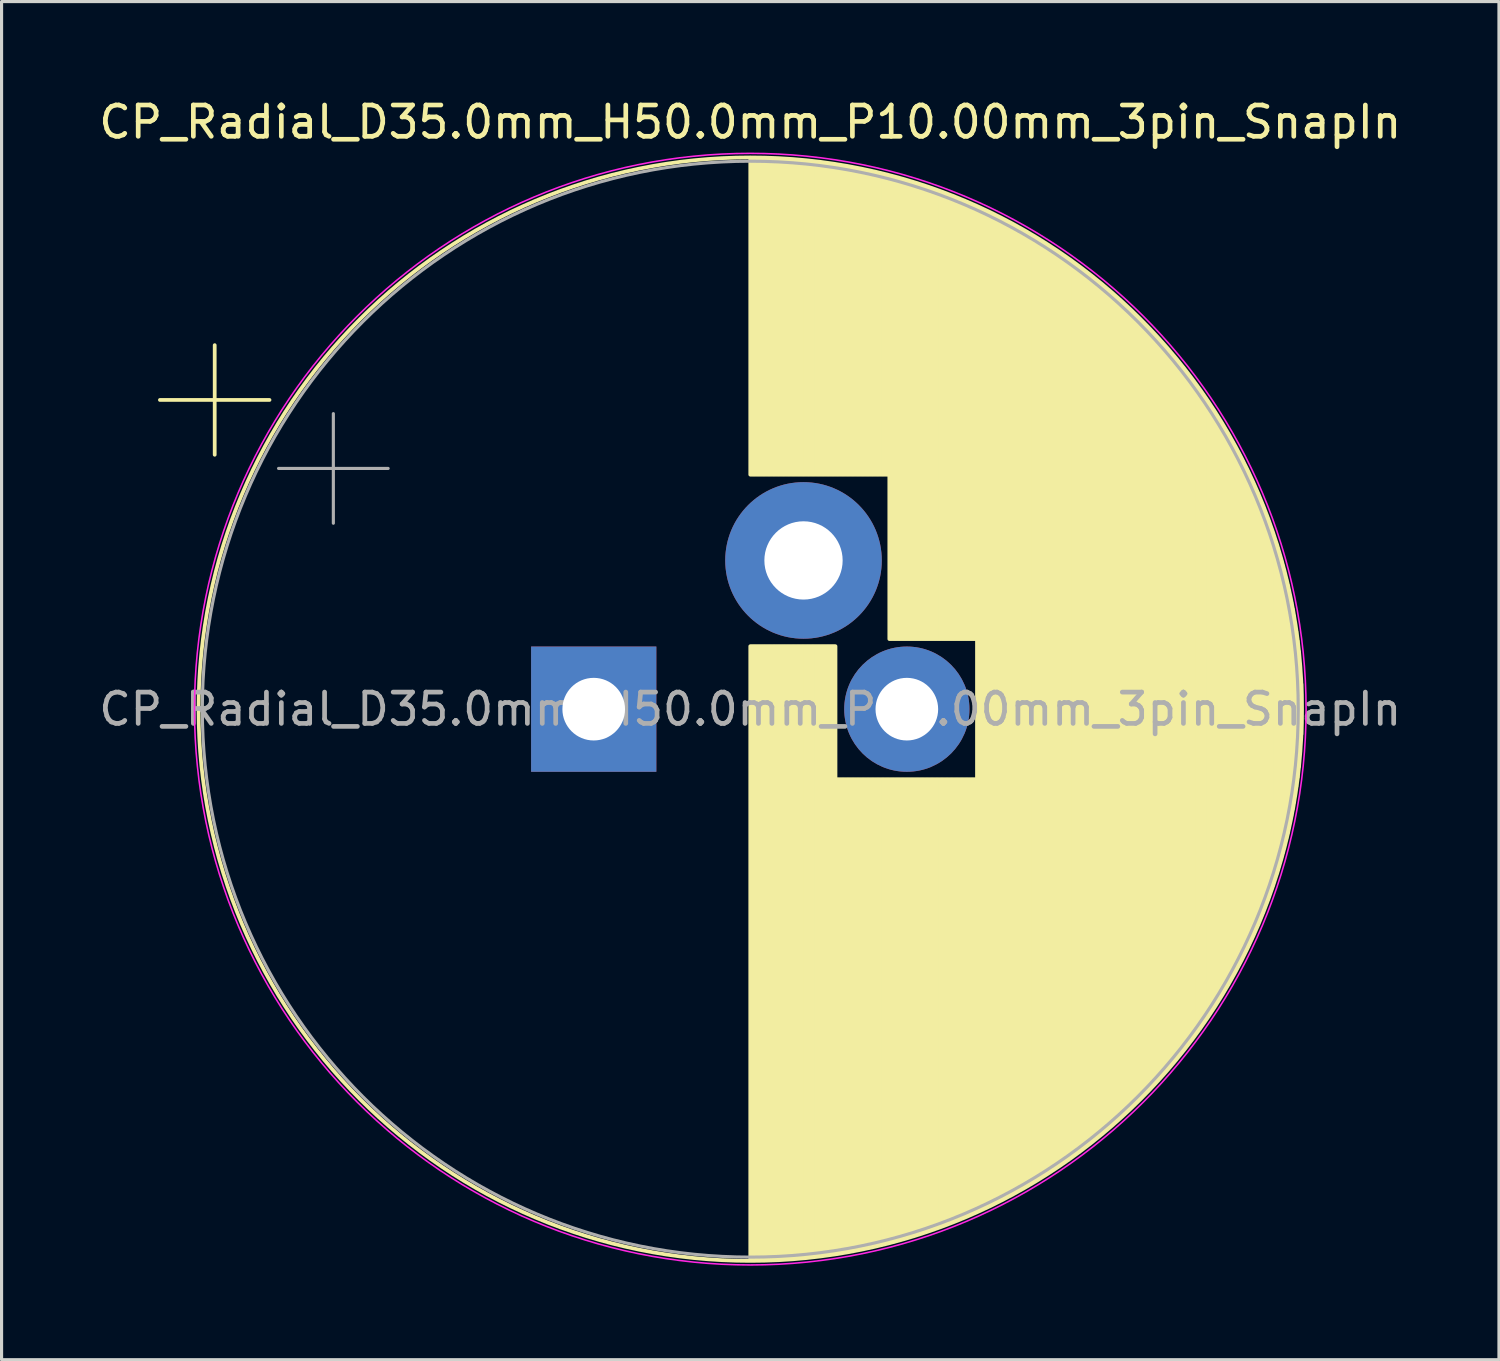
<source format=kicad_pcb>
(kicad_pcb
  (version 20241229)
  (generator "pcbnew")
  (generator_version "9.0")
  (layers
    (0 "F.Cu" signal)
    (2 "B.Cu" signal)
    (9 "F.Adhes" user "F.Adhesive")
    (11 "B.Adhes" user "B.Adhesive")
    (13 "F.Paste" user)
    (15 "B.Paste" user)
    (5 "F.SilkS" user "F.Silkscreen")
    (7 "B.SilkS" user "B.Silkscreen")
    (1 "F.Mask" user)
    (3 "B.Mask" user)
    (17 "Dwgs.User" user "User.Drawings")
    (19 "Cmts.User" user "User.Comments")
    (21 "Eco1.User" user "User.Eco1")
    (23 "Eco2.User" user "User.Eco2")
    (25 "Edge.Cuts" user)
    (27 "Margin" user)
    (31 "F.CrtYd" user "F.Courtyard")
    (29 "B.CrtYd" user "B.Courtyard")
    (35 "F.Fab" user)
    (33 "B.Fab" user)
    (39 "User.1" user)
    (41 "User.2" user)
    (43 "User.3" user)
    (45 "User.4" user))
  (footprint "CP_Radial_D35.0mm_H50.0mm_P10.00mm_3pin_SnapIn"
    (layer "F.Cu")
    (at 15.911 19.598)
    (property "Reference" "CP_Radial_D35.0mm_H50.0mm_P10.00mm_3pin_SnapIn" (at 5 -18.75 0) (layer "F.SilkS") (effects (font (size 1 1) (thickness 0.15))))
    (attr through_hole)
    (fp_line (start -13.854 -9.875) (end -10.354 -9.875) (stroke (width 0.12) (type solid)) (layer "F.SilkS"))
    (fp_line (start -12.104 -11.625) (end -12.104 -8.125) (stroke (width 0.12) (type solid)) (layer "F.SilkS"))
    (fp_line (start 5 -17.58) (end 5 -7.49) (stroke (width 0.12) (type solid)) (layer "F.SilkS"))
    (fp_line (start 5 -2.01) (end 5 17.58) (stroke (width 0.12) (type solid)) (layer "F.SilkS"))
    (fp_line (start 5.04 -17.58) (end 5.04 -7.49) (stroke (width 0.12) (type solid)) (layer "F.SilkS"))
    (fp_line (start 5.04 -2.01) (end 5.04 17.58) (stroke (width 0.12) (type solid)) (layer "F.SilkS"))
    (fp_line (start 5.08 -17.58) (end 5.08 -7.49) (stroke (width 0.12) (type solid)) (layer "F.SilkS"))
    (fp_line (start 5.08 -2.01) (end 5.08 17.58) (stroke (width 0.12) (type solid)) (layer "F.SilkS"))
    (fp_line (start 5.12 -17.58) (end 5.12 -7.49) (stroke (width 0.12) (type solid)) (layer "F.SilkS"))
    (fp_line (start 5.12 -2.01) (end 5.12 17.58) (stroke (width 0.12) (type solid)) (layer "F.SilkS"))
    (fp_line (start 5.16 -17.58) (end 5.16 -7.49) (stroke (width 0.12) (type solid)) (layer "F.SilkS"))
    (fp_line (start 5.16 -2.01) (end 5.16 17.58) (stroke (width 0.12) (type solid)) (layer "F.SilkS"))
    (fp_line (start 5.2 -17.579) (end 5.2 -7.49) (stroke (width 0.12) (type solid)) (layer "F.SilkS"))
    (fp_line (start 5.2 -2.01) (end 5.2 17.579) (stroke (width 0.12) (type solid)) (layer "F.SilkS"))
    (fp_line (start 5.24 -17.579) (end 5.24 -7.49) (stroke (width 0.12) (type solid)) (layer "F.SilkS"))
    (fp_line (start 5.24 -2.01) (end 5.24 17.579) (stroke (width 0.12) (type solid)) (layer "F.SilkS"))
    (fp_line (start 5.28 -17.578) (end 5.28 -7.49) (stroke (width 0.12) (type solid)) (layer "F.SilkS"))
    (fp_line (start 5.28 -2.01) (end 5.28 17.578) (stroke (width 0.12) (type solid)) (layer "F.SilkS"))
    (fp_line (start 5.32 -17.578) (end 5.32 -7.49) (stroke (width 0.12) (type solid)) (layer "F.SilkS"))
    (fp_line (start 5.32 -2.01) (end 5.32 17.578) (stroke (width 0.12) (type solid)) (layer "F.SilkS"))
    (fp_line (start 5.36 -17.577) (end 5.36 -7.49) (stroke (width 0.12) (type solid)) (layer "F.SilkS"))
    (fp_line (start 5.36 -2.01) (end 5.36 17.577) (stroke (width 0.12) (type solid)) (layer "F.SilkS"))
    (fp_line (start 5.4 -17.576) (end 5.4 -7.49) (stroke (width 0.12) (type solid)) (layer "F.SilkS"))
    (fp_line (start 5.4 -2.01) (end 5.4 17.576) (stroke (width 0.12) (type solid)) (layer "F.SilkS"))
    (fp_line (start 5.44 -17.575) (end 5.44 -7.49) (stroke (width 0.12) (type solid)) (layer "F.SilkS"))
    (fp_line (start 5.44 -2.01) (end 5.44 17.575) (stroke (width 0.12) (type solid)) (layer "F.SilkS"))
    (fp_line (start 5.48 -17.574) (end 5.48 -7.49) (stroke (width 0.12) (type solid)) (layer "F.SilkS"))
    (fp_line (start 5.48 -2.01) (end 5.48 17.574) (stroke (width 0.12) (type solid)) (layer "F.SilkS"))
    (fp_line (start 5.52 -17.573) (end 5.52 -7.49) (stroke (width 0.12) (type solid)) (layer "F.SilkS"))
    (fp_line (start 5.52 -2.01) (end 5.52 17.573) (stroke (width 0.12) (type solid)) (layer "F.SilkS"))
    (fp_line (start 5.56 -17.572) (end 5.56 -7.49) (stroke (width 0.12) (type solid)) (layer "F.SilkS"))
    (fp_line (start 5.56 -2.01) (end 5.56 17.572) (stroke (width 0.12) (type solid)) (layer "F.SilkS"))
    (fp_line (start 5.6 -17.57) (end 5.6 -7.49) (stroke (width 0.12) (type solid)) (layer "F.SilkS"))
    (fp_line (start 5.6 -2.01) (end 5.6 17.57) (stroke (width 0.12) (type solid)) (layer "F.SilkS"))
    (fp_line (start 5.64 -17.569) (end 5.64 -7.49) (stroke (width 0.12) (type solid)) (layer "F.SilkS"))
    (fp_line (start 5.64 -2.01) (end 5.64 17.569) (stroke (width 0.12) (type solid)) (layer "F.SilkS"))
    (fp_line (start 5.68 -17.567) (end 5.68 -7.49) (stroke (width 0.12) (type solid)) (layer "F.SilkS"))
    (fp_line (start 5.68 -2.01) (end 5.68 17.567) (stroke (width 0.12) (type solid)) (layer "F.SilkS"))
    (fp_line (start 5.721 -17.566) (end 5.721 -7.49) (stroke (width 0.12) (type solid)) (layer "F.SilkS"))
    (fp_line (start 5.721 -2.01) (end 5.721 17.566) (stroke (width 0.12) (type solid)) (layer "F.SilkS"))
    (fp_line (start 5.761 -17.564) (end 5.761 -7.49) (stroke (width 0.12) (type solid)) (layer "F.SilkS"))
    (fp_line (start 5.761 -2.01) (end 5.761 17.564) (stroke (width 0.12) (type solid)) (layer "F.SilkS"))
    (fp_line (start 5.801 -17.562) (end 5.801 -7.49) (stroke (width 0.12) (type solid)) (layer "F.SilkS"))
    (fp_line (start 5.801 -2.01) (end 5.801 17.562) (stroke (width 0.12) (type solid)) (layer "F.SilkS"))
    (fp_line (start 5.841 -17.56) (end 5.841 -7.49) (stroke (width 0.12) (type solid)) (layer "F.SilkS"))
    (fp_line (start 5.841 -2.01) (end 5.841 17.56) (stroke (width 0.12) (type solid)) (layer "F.SilkS"))
    (fp_line (start 5.881 -17.559) (end 5.881 -7.49) (stroke (width 0.12) (type solid)) (layer "F.SilkS"))
    (fp_line (start 5.881 -2.01) (end 5.881 17.559) (stroke (width 0.12) (type solid)) (layer "F.SilkS"))
    (fp_line (start 5.921 -17.556) (end 5.921 -7.49) (stroke (width 0.12) (type solid)) (layer "F.SilkS"))
    (fp_line (start 5.921 -2.01) (end 5.921 17.556) (stroke (width 0.12) (type solid)) (layer "F.SilkS"))
    (fp_line (start 5.961 -17.554) (end 5.961 -7.49) (stroke (width 0.12) (type solid)) (layer "F.SilkS"))
    (fp_line (start 5.961 -2.01) (end 5.961 17.554) (stroke (width 0.12) (type solid)) (layer "F.SilkS"))
    (fp_line (start 6.001 -17.552) (end 6.001 -7.49) (stroke (width 0.12) (type solid)) (layer "F.SilkS"))
    (fp_line (start 6.001 -2.01) (end 6.001 17.552) (stroke (width 0.12) (type solid)) (layer "F.SilkS"))
    (fp_line (start 6.041 -17.55) (end 6.041 -7.49) (stroke (width 0.12) (type solid)) (layer "F.SilkS"))
    (fp_line (start 6.041 -2.01) (end 6.041 17.55) (stroke (width 0.12) (type solid)) (layer "F.SilkS"))
    (fp_line (start 6.081 -17.547) (end 6.081 -7.49) (stroke (width 0.12) (type solid)) (layer "F.SilkS"))
    (fp_line (start 6.081 -2.01) (end 6.081 17.547) (stroke (width 0.12) (type solid)) (layer "F.SilkS"))
    (fp_line (start 6.121 -17.545) (end 6.121 -7.49) (stroke (width 0.12) (type solid)) (layer "F.SilkS"))
    (fp_line (start 6.121 -2.01) (end 6.121 17.545) (stroke (width 0.12) (type solid)) (layer "F.SilkS"))
    (fp_line (start 6.161 -17.542) (end 6.161 -7.49) (stroke (width 0.12) (type solid)) (layer "F.SilkS"))
    (fp_line (start 6.161 -2.01) (end 6.161 17.542) (stroke (width 0.12) (type solid)) (layer "F.SilkS"))
    (fp_line (start 6.201 -17.54) (end 6.201 -7.49) (stroke (width 0.12) (type solid)) (layer "F.SilkS"))
    (fp_line (start 6.201 -2.01) (end 6.201 17.54) (stroke (width 0.12) (type solid)) (layer "F.SilkS"))
    (fp_line (start 6.241 -17.537) (end 6.241 -7.49) (stroke (width 0.12) (type solid)) (layer "F.SilkS"))
    (fp_line (start 6.241 -2.01) (end 6.241 17.537) (stroke (width 0.12) (type solid)) (layer "F.SilkS"))
    (fp_line (start 6.281 -17.534) (end 6.281 -7.49) (stroke (width 0.12) (type solid)) (layer "F.SilkS"))
    (fp_line (start 6.281 -2.01) (end 6.281 17.534) (stroke (width 0.12) (type solid)) (layer "F.SilkS"))
    (fp_line (start 6.321 -17.531) (end 6.321 -7.49) (stroke (width 0.12) (type solid)) (layer "F.SilkS"))
    (fp_line (start 6.321 -2.01) (end 6.321 17.531) (stroke (width 0.12) (type solid)) (layer "F.SilkS"))
    (fp_line (start 6.361 -17.528) (end 6.361 -7.49) (stroke (width 0.12) (type solid)) (layer "F.SilkS"))
    (fp_line (start 6.361 -2.01) (end 6.361 17.528) (stroke (width 0.12) (type solid)) (layer "F.SilkS"))
    (fp_line (start 6.401 -17.525) (end 6.401 -7.49) (stroke (width 0.12) (type solid)) (layer "F.SilkS"))
    (fp_line (start 6.401 -2.01) (end 6.401 17.525) (stroke (width 0.12) (type solid)) (layer "F.SilkS"))
    (fp_line (start 6.441 -17.522) (end 6.441 -7.49) (stroke (width 0.12) (type solid)) (layer "F.SilkS"))
    (fp_line (start 6.441 -2.01) (end 6.441 17.522) (stroke (width 0.12) (type solid)) (layer "F.SilkS"))
    (fp_line (start 6.481 -17.518) (end 6.481 -7.49) (stroke (width 0.12) (type solid)) (layer "F.SilkS"))
    (fp_line (start 6.481 -2.01) (end 6.481 17.518) (stroke (width 0.12) (type solid)) (layer "F.SilkS"))
    (fp_line (start 6.521 -17.515) (end 6.521 -7.49) (stroke (width 0.12) (type solid)) (layer "F.SilkS"))
    (fp_line (start 6.521 -2.01) (end 6.521 17.515) (stroke (width 0.12) (type solid)) (layer "F.SilkS"))
    (fp_line (start 6.561 -17.511) (end 6.561 -7.49) (stroke (width 0.12) (type solid)) (layer "F.SilkS"))
    (fp_line (start 6.561 -2.01) (end 6.561 17.511) (stroke (width 0.12) (type solid)) (layer "F.SilkS"))
    (fp_line (start 6.601 -17.508) (end 6.601 -7.49) (stroke (width 0.12) (type solid)) (layer "F.SilkS"))
    (fp_line (start 6.601 -2.01) (end 6.601 17.508) (stroke (width 0.12) (type solid)) (layer "F.SilkS"))
    (fp_line (start 6.641 -17.504) (end 6.641 -7.49) (stroke (width 0.12) (type solid)) (layer "F.SilkS"))
    (fp_line (start 6.641 -2.01) (end 6.641 17.504) (stroke (width 0.12) (type solid)) (layer "F.SilkS"))
    (fp_line (start 6.681 -17.5) (end 6.681 -7.49) (stroke (width 0.12) (type solid)) (layer "F.SilkS"))
    (fp_line (start 6.681 -2.01) (end 6.681 17.5) (stroke (width 0.12) (type solid)) (layer "F.SilkS"))
    (fp_line (start 6.721 -17.496) (end 6.721 -7.49) (stroke (width 0.12) (type solid)) (layer "F.SilkS"))
    (fp_line (start 6.721 -2.01) (end 6.721 17.496) (stroke (width 0.12) (type solid)) (layer "F.SilkS"))
    (fp_line (start 6.761 -17.492) (end 6.761 -7.49) (stroke (width 0.12) (type solid)) (layer "F.SilkS"))
    (fp_line (start 6.761 -2.01) (end 6.761 17.492) (stroke (width 0.12) (type solid)) (layer "F.SilkS"))
    (fp_line (start 6.801 -17.488) (end 6.801 -7.49) (stroke (width 0.12) (type solid)) (layer "F.SilkS"))
    (fp_line (start 6.801 -2.01) (end 6.801 17.488) (stroke (width 0.12) (type solid)) (layer "F.SilkS"))
    (fp_line (start 6.841 -17.484) (end 6.841 -7.49) (stroke (width 0.12) (type solid)) (layer "F.SilkS"))
    (fp_line (start 6.841 -2.01) (end 6.841 17.484) (stroke (width 0.12) (type solid)) (layer "F.SilkS"))
    (fp_line (start 6.881 -17.48) (end 6.881 -7.49) (stroke (width 0.12) (type solid)) (layer "F.SilkS"))
    (fp_line (start 6.881 -2.01) (end 6.881 17.48) (stroke (width 0.12) (type solid)) (layer "F.SilkS"))
    (fp_line (start 6.921 -17.476) (end 6.921 -7.49) (stroke (width 0.12) (type solid)) (layer "F.SilkS"))
    (fp_line (start 6.921 -2.01) (end 6.921 17.476) (stroke (width 0.12) (type solid)) (layer "F.SilkS"))
    (fp_line (start 6.961 -17.471) (end 6.961 -7.49) (stroke (width 0.12) (type solid)) (layer "F.SilkS"))
    (fp_line (start 6.961 -2.01) (end 6.961 17.471) (stroke (width 0.12) (type solid)) (layer "F.SilkS"))
    (fp_line (start 7.001 -17.467) (end 7.001 -7.49) (stroke (width 0.12) (type solid)) (layer "F.SilkS"))
    (fp_line (start 7.001 -2.01) (end 7.001 17.467) (stroke (width 0.12) (type solid)) (layer "F.SilkS"))
    (fp_line (start 7.041 -17.462) (end 7.041 -7.49) (stroke (width 0.12) (type solid)) (layer "F.SilkS"))
    (fp_line (start 7.041 -2.01) (end 7.041 17.462) (stroke (width 0.12) (type solid)) (layer "F.SilkS"))
    (fp_line (start 7.081 -17.457) (end 7.081 -7.49) (stroke (width 0.12) (type solid)) (layer "F.SilkS"))
    (fp_line (start 7.081 -2.01) (end 7.081 17.457) (stroke (width 0.12) (type solid)) (layer "F.SilkS"))
    (fp_line (start 7.121 -17.452) (end 7.121 -7.49) (stroke (width 0.12) (type solid)) (layer "F.SilkS"))
    (fp_line (start 7.121 -2.01) (end 7.121 17.452) (stroke (width 0.12) (type solid)) (layer "F.SilkS"))
    (fp_line (start 7.161 -17.448) (end 7.161 -7.49) (stroke (width 0.12) (type solid)) (layer "F.SilkS"))
    (fp_line (start 7.161 -2.01) (end 7.161 17.448) (stroke (width 0.12) (type solid)) (layer "F.SilkS"))
    (fp_line (start 7.201 -17.443) (end 7.201 -7.49) (stroke (width 0.12) (type solid)) (layer "F.SilkS"))
    (fp_line (start 7.201 -2.01) (end 7.201 17.443) (stroke (width 0.12) (type solid)) (layer "F.SilkS"))
    (fp_line (start 7.241 -17.438) (end 7.241 -7.49) (stroke (width 0.12) (type solid)) (layer "F.SilkS"))
    (fp_line (start 7.241 -2.01) (end 7.241 17.438) (stroke (width 0.12) (type solid)) (layer "F.SilkS"))
    (fp_line (start 7.281 -17.432) (end 7.281 -7.49) (stroke (width 0.12) (type solid)) (layer "F.SilkS"))
    (fp_line (start 7.281 -2.01) (end 7.281 17.432) (stroke (width 0.12) (type solid)) (layer "F.SilkS"))
    (fp_line (start 7.321 -17.427) (end 7.321 -7.49) (stroke (width 0.12) (type solid)) (layer "F.SilkS"))
    (fp_line (start 7.321 -2.01) (end 7.321 17.427) (stroke (width 0.12) (type solid)) (layer "F.SilkS"))
    (fp_line (start 7.361 -17.422) (end 7.361 -7.49) (stroke (width 0.12) (type solid)) (layer "F.SilkS"))
    (fp_line (start 7.361 -2.01) (end 7.361 17.422) (stroke (width 0.12) (type solid)) (layer "F.SilkS"))
    (fp_line (start 7.401 -17.416) (end 7.401 -7.49) (stroke (width 0.12) (type solid)) (layer "F.SilkS"))
    (fp_line (start 7.401 -2.01) (end 7.401 17.416) (stroke (width 0.12) (type solid)) (layer "F.SilkS"))
    (fp_line (start 7.441 -17.411) (end 7.441 -7.49) (stroke (width 0.12) (type solid)) (layer "F.SilkS"))
    (fp_line (start 7.441 -2.01) (end 7.441 17.411) (stroke (width 0.12) (type solid)) (layer "F.SilkS"))
    (fp_line (start 7.481 -17.405) (end 7.481 -7.49) (stroke (width 0.12) (type solid)) (layer "F.SilkS"))
    (fp_line (start 7.481 -2.01) (end 7.481 17.405) (stroke (width 0.12) (type solid)) (layer "F.SilkS"))
    (fp_line (start 7.521 -17.399) (end 7.521 -7.49) (stroke (width 0.12) (type solid)) (layer "F.SilkS"))
    (fp_line (start 7.521 -2.01) (end 7.521 17.399) (stroke (width 0.12) (type solid)) (layer "F.SilkS"))
    (fp_line (start 7.561 -17.394) (end 7.561 -7.49) (stroke (width 0.12) (type solid)) (layer "F.SilkS"))
    (fp_line (start 7.561 -2.01) (end 7.561 17.394) (stroke (width 0.12) (type solid)) (layer "F.SilkS"))
    (fp_line (start 7.601 -17.388) (end 7.601 -7.49) (stroke (width 0.12) (type solid)) (layer "F.SilkS"))
    (fp_line (start 7.601 -2.01) (end 7.601 17.388) (stroke (width 0.12) (type solid)) (layer "F.SilkS"))
    (fp_line (start 7.641 -17.382) (end 7.641 -7.49) (stroke (width 0.12) (type solid)) (layer "F.SilkS"))
    (fp_line (start 7.641 -2.01) (end 7.641 17.382) (stroke (width 0.12) (type solid)) (layer "F.SilkS"))
    (fp_line (start 7.681 -17.375) (end 7.681 -7.49) (stroke (width 0.12) (type solid)) (layer "F.SilkS"))
    (fp_line (start 7.681 -2.01) (end 7.681 17.375) (stroke (width 0.12) (type solid)) (layer "F.SilkS"))
    (fp_line (start 7.721 -17.369) (end 7.721 -7.49) (stroke (width 0.12) (type solid)) (layer "F.SilkS"))
    (fp_line (start 7.721 -2.01) (end 7.721 17.369) (stroke (width 0.12) (type solid)) (layer "F.SilkS"))
    (fp_line (start 7.761 -17.363) (end 7.761 -7.49) (stroke (width 0.12) (type solid)) (layer "F.SilkS"))
    (fp_line (start 7.761 2.24) (end 7.761 17.363) (stroke (width 0.12) (type solid)) (layer "F.SilkS"))
    (fp_line (start 7.801 -17.357) (end 7.801 -7.49) (stroke (width 0.12) (type solid)) (layer "F.SilkS"))
    (fp_line (start 7.801 2.24) (end 7.801 17.357) (stroke (width 0.12) (type solid)) (layer "F.SilkS"))
    (fp_line (start 7.841 -17.35) (end 7.841 -7.49) (stroke (width 0.12) (type solid)) (layer "F.SilkS"))
    (fp_line (start 7.841 2.24) (end 7.841 17.35) (stroke (width 0.12) (type solid)) (layer "F.SilkS"))
    (fp_line (start 7.881 -17.344) (end 7.881 -7.49) (stroke (width 0.12) (type solid)) (layer "F.SilkS"))
    (fp_line (start 7.881 2.24) (end 7.881 17.344) (stroke (width 0.12) (type solid)) (layer "F.SilkS"))
    (fp_line (start 7.921 -17.337) (end 7.921 -7.49) (stroke (width 0.12) (type solid)) (layer "F.SilkS"))
    (fp_line (start 7.921 2.24) (end 7.921 17.337) (stroke (width 0.12) (type solid)) (layer "F.SilkS"))
    (fp_line (start 7.961 -17.33) (end 7.961 -7.49) (stroke (width 0.12) (type solid)) (layer "F.SilkS"))
    (fp_line (start 7.961 2.24) (end 7.961 17.33) (stroke (width 0.12) (type solid)) (layer "F.SilkS"))
    (fp_line (start 8.001 -17.323) (end 8.001 -7.49) (stroke (width 0.12) (type solid)) (layer "F.SilkS"))
    (fp_line (start 8.001 2.24) (end 8.001 17.323) (stroke (width 0.12) (type solid)) (layer "F.SilkS"))
    (fp_line (start 8.041 -17.316) (end 8.041 -7.49) (stroke (width 0.12) (type solid)) (layer "F.SilkS"))
    (fp_line (start 8.041 2.24) (end 8.041 17.316) (stroke (width 0.12) (type solid)) (layer "F.SilkS"))
    (fp_line (start 8.081 -17.309) (end 8.081 -7.49) (stroke (width 0.12) (type solid)) (layer "F.SilkS"))
    (fp_line (start 8.081 2.24) (end 8.081 17.309) (stroke (width 0.12) (type solid)) (layer "F.SilkS"))
    (fp_line (start 8.121 -17.302) (end 8.121 -7.49) (stroke (width 0.12) (type solid)) (layer "F.SilkS"))
    (fp_line (start 8.121 2.24) (end 8.121 17.302) (stroke (width 0.12) (type solid)) (layer "F.SilkS"))
    (fp_line (start 8.161 -17.295) (end 8.161 -7.49) (stroke (width 0.12) (type solid)) (layer "F.SilkS"))
    (fp_line (start 8.161 2.24) (end 8.161 17.295) (stroke (width 0.12) (type solid)) (layer "F.SilkS"))
    (fp_line (start 8.201 -17.287) (end 8.201 -7.49) (stroke (width 0.12) (type solid)) (layer "F.SilkS"))
    (fp_line (start 8.201 2.24) (end 8.201 17.287) (stroke (width 0.12) (type solid)) (layer "F.SilkS"))
    (fp_line (start 8.241 -17.28) (end 8.241 -7.49) (stroke (width 0.12) (type solid)) (layer "F.SilkS"))
    (fp_line (start 8.241 2.24) (end 8.241 17.28) (stroke (width 0.12) (type solid)) (layer "F.SilkS"))
    (fp_line (start 8.281 -17.273) (end 8.281 -7.49) (stroke (width 0.12) (type solid)) (layer "F.SilkS"))
    (fp_line (start 8.281 2.24) (end 8.281 17.273) (stroke (width 0.12) (type solid)) (layer "F.SilkS"))
    (fp_line (start 8.321 -17.265) (end 8.321 -7.49) (stroke (width 0.12) (type solid)) (layer "F.SilkS"))
    (fp_line (start 8.321 2.24) (end 8.321 17.265) (stroke (width 0.12) (type solid)) (layer "F.SilkS"))
    (fp_line (start 8.361 -17.257) (end 8.361 -7.49) (stroke (width 0.12) (type solid)) (layer "F.SilkS"))
    (fp_line (start 8.361 2.24) (end 8.361 17.257) (stroke (width 0.12) (type solid)) (layer "F.SilkS"))
    (fp_line (start 8.401 -17.249) (end 8.401 -7.49) (stroke (width 0.12) (type solid)) (layer "F.SilkS"))
    (fp_line (start 8.401 2.24) (end 8.401 17.249) (stroke (width 0.12) (type solid)) (layer "F.SilkS"))
    (fp_line (start 8.441 -17.241) (end 8.441 -7.49) (stroke (width 0.12) (type solid)) (layer "F.SilkS"))
    (fp_line (start 8.441 2.24) (end 8.441 17.241) (stroke (width 0.12) (type solid)) (layer "F.SilkS"))
    (fp_line (start 8.481 -17.233) (end 8.481 -7.49) (stroke (width 0.12) (type solid)) (layer "F.SilkS"))
    (fp_line (start 8.481 2.24) (end 8.481 17.233) (stroke (width 0.12) (type solid)) (layer "F.SilkS"))
    (fp_line (start 8.521 -17.225) (end 8.521 -7.49) (stroke (width 0.12) (type solid)) (layer "F.SilkS"))
    (fp_line (start 8.521 2.24) (end 8.521 17.225) (stroke (width 0.12) (type solid)) (layer "F.SilkS"))
    (fp_line (start 8.561 -17.217) (end 8.561 -7.49) (stroke (width 0.12) (type solid)) (layer "F.SilkS"))
    (fp_line (start 8.561 2.24) (end 8.561 17.217) (stroke (width 0.12) (type solid)) (layer "F.SilkS"))
    (fp_line (start 8.601 -17.209) (end 8.601 -7.49) (stroke (width 0.12) (type solid)) (layer "F.SilkS"))
    (fp_line (start 8.601 2.24) (end 8.601 17.209) (stroke (width 0.12) (type solid)) (layer "F.SilkS"))
    (fp_line (start 8.641 -17.2) (end 8.641 -7.49) (stroke (width 0.12) (type solid)) (layer "F.SilkS"))
    (fp_line (start 8.641 2.24) (end 8.641 17.2) (stroke (width 0.12) (type solid)) (layer "F.SilkS"))
    (fp_line (start 8.681 -17.192) (end 8.681 -7.49) (stroke (width 0.12) (type solid)) (layer "F.SilkS"))
    (fp_line (start 8.681 2.24) (end 8.681 17.192) (stroke (width 0.12) (type solid)) (layer "F.SilkS"))
    (fp_line (start 8.721 -17.183) (end 8.721 -7.49) (stroke (width 0.12) (type solid)) (layer "F.SilkS"))
    (fp_line (start 8.721 2.24) (end 8.721 17.183) (stroke (width 0.12) (type solid)) (layer "F.SilkS"))
    (fp_line (start 8.761 -17.175) (end 8.761 -7.49) (stroke (width 0.12) (type solid)) (layer "F.SilkS"))
    (fp_line (start 8.761 2.24) (end 8.761 17.175) (stroke (width 0.12) (type solid)) (layer "F.SilkS"))
    (fp_line (start 8.801 -17.166) (end 8.801 -7.49) (stroke (width 0.12) (type solid)) (layer "F.SilkS"))
    (fp_line (start 8.801 2.24) (end 8.801 17.166) (stroke (width 0.12) (type solid)) (layer "F.SilkS"))
    (fp_line (start 8.841 -17.157) (end 8.841 -7.49) (stroke (width 0.12) (type solid)) (layer "F.SilkS"))
    (fp_line (start 8.841 2.24) (end 8.841 17.157) (stroke (width 0.12) (type solid)) (layer "F.SilkS"))
    (fp_line (start 8.881 -17.148) (end 8.881 -7.49) (stroke (width 0.12) (type solid)) (layer "F.SilkS"))
    (fp_line (start 8.881 2.24) (end 8.881 17.148) (stroke (width 0.12) (type solid)) (layer "F.SilkS"))
    (fp_line (start 8.921 -17.139) (end 8.921 -7.49) (stroke (width 0.12) (type solid)) (layer "F.SilkS"))
    (fp_line (start 8.921 2.24) (end 8.921 17.139) (stroke (width 0.12) (type solid)) (layer "F.SilkS"))
    (fp_line (start 8.961 -17.13) (end 8.961 -7.49) (stroke (width 0.12) (type solid)) (layer "F.SilkS"))
    (fp_line (start 8.961 2.24) (end 8.961 17.13) (stroke (width 0.12) (type solid)) (layer "F.SilkS"))
    (fp_line (start 9.001 -17.12) (end 9.001 -7.49) (stroke (width 0.12) (type solid)) (layer "F.SilkS"))
    (fp_line (start 9.001 2.24) (end 9.001 17.12) (stroke (width 0.12) (type solid)) (layer "F.SilkS"))
    (fp_line (start 9.041 -17.111) (end 9.041 -7.49) (stroke (width 0.12) (type solid)) (layer "F.SilkS"))
    (fp_line (start 9.041 2.24) (end 9.041 17.111) (stroke (width 0.12) (type solid)) (layer "F.SilkS"))
    (fp_line (start 9.081 -17.102) (end 9.081 -7.49) (stroke (width 0.12) (type solid)) (layer "F.SilkS"))
    (fp_line (start 9.081 2.24) (end 9.081 17.102) (stroke (width 0.12) (type solid)) (layer "F.SilkS"))
    (fp_line (start 9.121 -17.092) (end 9.121 -7.49) (stroke (width 0.12) (type solid)) (layer "F.SilkS"))
    (fp_line (start 9.121 2.24) (end 9.121 17.092) (stroke (width 0.12) (type solid)) (layer "F.SilkS"))
    (fp_line (start 9.161 -17.082) (end 9.161 -7.49) (stroke (width 0.12) (type solid)) (layer "F.SilkS"))
    (fp_line (start 9.161 2.24) (end 9.161 17.082) (stroke (width 0.12) (type solid)) (layer "F.SilkS"))
    (fp_line (start 9.201 -17.073) (end 9.201 -7.49) (stroke (width 0.12) (type solid)) (layer "F.SilkS"))
    (fp_line (start 9.201 2.24) (end 9.201 17.073) (stroke (width 0.12) (type solid)) (layer "F.SilkS"))
    (fp_line (start 9.241 -17.063) (end 9.241 -7.49) (stroke (width 0.12) (type solid)) (layer "F.SilkS"))
    (fp_line (start 9.241 2.24) (end 9.241 17.063) (stroke (width 0.12) (type solid)) (layer "F.SilkS"))
    (fp_line (start 9.281 -17.053) (end 9.281 -7.49) (stroke (width 0.12) (type solid)) (layer "F.SilkS"))
    (fp_line (start 9.281 2.24) (end 9.281 17.053) (stroke (width 0.12) (type solid)) (layer "F.SilkS"))
    (fp_line (start 9.321 -17.043) (end 9.321 -7.49) (stroke (width 0.12) (type solid)) (layer "F.SilkS"))
    (fp_line (start 9.321 2.24) (end 9.321 17.043) (stroke (width 0.12) (type solid)) (layer "F.SilkS"))
    (fp_line (start 9.361 -17.033) (end 9.361 -7.49) (stroke (width 0.12) (type solid)) (layer "F.SilkS"))
    (fp_line (start 9.361 2.24) (end 9.361 17.033) (stroke (width 0.12) (type solid)) (layer "F.SilkS"))
    (fp_line (start 9.401 -17.022) (end 9.401 -7.49) (stroke (width 0.12) (type solid)) (layer "F.SilkS"))
    (fp_line (start 9.401 2.24) (end 9.401 17.022) (stroke (width 0.12) (type solid)) (layer "F.SilkS"))
    (fp_line (start 9.441 -17.012) (end 9.441 -2.24) (stroke (width 0.12) (type solid)) (layer "F.SilkS"))
    (fp_line (start 9.441 2.24) (end 9.441 17.012) (stroke (width 0.12) (type solid)) (layer "F.SilkS"))
    (fp_line (start 9.481 -17.001) (end 9.481 -2.24) (stroke (width 0.12) (type solid)) (layer "F.SilkS"))
    (fp_line (start 9.481 2.24) (end 9.481 17.001) (stroke (width 0.12) (type solid)) (layer "F.SilkS"))
    (fp_line (start 9.521 -16.991) (end 9.521 -2.24) (stroke (width 0.12) (type solid)) (layer "F.SilkS"))
    (fp_line (start 9.521 2.24) (end 9.521 16.991) (stroke (width 0.12) (type solid)) (layer "F.SilkS"))
    (fp_line (start 9.561 -16.98) (end 9.561 -2.24) (stroke (width 0.12) (type solid)) (layer "F.SilkS"))
    (fp_line (start 9.561 2.24) (end 9.561 16.98) (stroke (width 0.12) (type solid)) (layer "F.SilkS"))
    (fp_line (start 9.601 -16.969) (end 9.601 -2.24) (stroke (width 0.12) (type solid)) (layer "F.SilkS"))
    (fp_line (start 9.601 2.24) (end 9.601 16.969) (stroke (width 0.12) (type solid)) (layer "F.SilkS"))
    (fp_line (start 9.641 -16.959) (end 9.641 -2.24) (stroke (width 0.12) (type solid)) (layer "F.SilkS"))
    (fp_line (start 9.641 2.24) (end 9.641 16.959) (stroke (width 0.12) (type solid)) (layer "F.SilkS"))
    (fp_line (start 9.681 -16.948) (end 9.681 -2.24) (stroke (width 0.12) (type solid)) (layer "F.SilkS"))
    (fp_line (start 9.681 2.24) (end 9.681 16.948) (stroke (width 0.12) (type solid)) (layer "F.SilkS"))
    (fp_line (start 9.721 -16.937) (end 9.721 -2.24) (stroke (width 0.12) (type solid)) (layer "F.SilkS"))
    (fp_line (start 9.721 2.24) (end 9.721 16.937) (stroke (width 0.12) (type solid)) (layer "F.SilkS"))
    (fp_line (start 9.761 -16.925) (end 9.761 -2.24) (stroke (width 0.12) (type solid)) (layer "F.SilkS"))
    (fp_line (start 9.761 2.24) (end 9.761 16.925) (stroke (width 0.12) (type solid)) (layer "F.SilkS"))
    (fp_line (start 9.801 -16.914) (end 9.801 -2.24) (stroke (width 0.12) (type solid)) (layer "F.SilkS"))
    (fp_line (start 9.801 2.24) (end 9.801 16.914) (stroke (width 0.12) (type solid)) (layer "F.SilkS"))
    (fp_line (start 9.841 -16.903) (end 9.841 -2.24) (stroke (width 0.12) (type solid)) (layer "F.SilkS"))
    (fp_line (start 9.841 2.24) (end 9.841 16.903) (stroke (width 0.12) (type solid)) (layer "F.SilkS"))
    (fp_line (start 9.881 -16.891) (end 9.881 -2.24) (stroke (width 0.12) (type solid)) (layer "F.SilkS"))
    (fp_line (start 9.881 2.24) (end 9.881 16.891) (stroke (width 0.12) (type solid)) (layer "F.SilkS"))
    (fp_line (start 9.921 -16.88) (end 9.921 -2.24) (stroke (width 0.12) (type solid)) (layer "F.SilkS"))
    (fp_line (start 9.921 2.24) (end 9.921 16.88) (stroke (width 0.12) (type solid)) (layer "F.SilkS"))
    (fp_line (start 9.961 -16.868) (end 9.961 -2.24) (stroke (width 0.12) (type solid)) (layer "F.SilkS"))
    (fp_line (start 9.961 2.24) (end 9.961 16.868) (stroke (width 0.12) (type solid)) (layer "F.SilkS"))
    (fp_line (start 10.001 -16.856) (end 10.001 -2.24) (stroke (width 0.12) (type solid)) (layer "F.SilkS"))
    (fp_line (start 10.001 2.24) (end 10.001 16.856) (stroke (width 0.12) (type solid)) (layer "F.SilkS"))
    (fp_line (start 10.041 -16.844) (end 10.041 -2.24) (stroke (width 0.12) (type solid)) (layer "F.SilkS"))
    (fp_line (start 10.041 2.24) (end 10.041 16.844) (stroke (width 0.12) (type solid)) (layer "F.SilkS"))
    (fp_line (start 10.081 -16.832) (end 10.081 -2.24) (stroke (width 0.12) (type solid)) (layer "F.SilkS"))
    (fp_line (start 10.081 2.24) (end 10.081 16.832) (stroke (width 0.12) (type solid)) (layer "F.SilkS"))
    (fp_line (start 10.121 -16.82) (end 10.121 -2.24) (stroke (width 0.12) (type solid)) (layer "F.SilkS"))
    (fp_line (start 10.121 2.24) (end 10.121 16.82) (stroke (width 0.12) (type solid)) (layer "F.SilkS"))
    (fp_line (start 10.161 -16.808) (end 10.161 -2.24) (stroke (width 0.12) (type solid)) (layer "F.SilkS"))
    (fp_line (start 10.161 2.24) (end 10.161 16.808) (stroke (width 0.12) (type solid)) (layer "F.SilkS"))
    (fp_line (start 10.201 -16.796) (end 10.201 -2.24) (stroke (width 0.12) (type solid)) (layer "F.SilkS"))
    (fp_line (start 10.201 2.24) (end 10.201 16.796) (stroke (width 0.12) (type solid)) (layer "F.SilkS"))
    (fp_line (start 10.241 -16.783) (end 10.241 -2.24) (stroke (width 0.12) (type solid)) (layer "F.SilkS"))
    (fp_line (start 10.241 2.24) (end 10.241 16.783) (stroke (width 0.12) (type solid)) (layer "F.SilkS"))
    (fp_line (start 10.281 -16.771) (end 10.281 -2.24) (stroke (width 0.12) (type solid)) (layer "F.SilkS"))
    (fp_line (start 10.281 2.24) (end 10.281 16.771) (stroke (width 0.12) (type solid)) (layer "F.SilkS"))
    (fp_line (start 10.321 -16.758) (end 10.321 -2.24) (stroke (width 0.12) (type solid)) (layer "F.SilkS"))
    (fp_line (start 10.321 2.24) (end 10.321 16.758) (stroke (width 0.12) (type solid)) (layer "F.SilkS"))
    (fp_line (start 10.361 -16.745) (end 10.361 -2.24) (stroke (width 0.12) (type solid)) (layer "F.SilkS"))
    (fp_line (start 10.361 2.24) (end 10.361 16.745) (stroke (width 0.12) (type solid)) (layer "F.SilkS"))
    (fp_line (start 10.401 -16.733) (end 10.401 -2.24) (stroke (width 0.12) (type solid)) (layer "F.SilkS"))
    (fp_line (start 10.401 2.24) (end 10.401 16.733) (stroke (width 0.12) (type solid)) (layer "F.SilkS"))
    (fp_line (start 10.441 -16.72) (end 10.441 -2.24) (stroke (width 0.12) (type solid)) (layer "F.SilkS"))
    (fp_line (start 10.441 2.24) (end 10.441 16.72) (stroke (width 0.12) (type solid)) (layer "F.SilkS"))
    (fp_line (start 10.481 -16.707) (end 10.481 -2.24) (stroke (width 0.12) (type solid)) (layer "F.SilkS"))
    (fp_line (start 10.481 2.24) (end 10.481 16.707) (stroke (width 0.12) (type solid)) (layer "F.SilkS"))
    (fp_line (start 10.521 -16.694) (end 10.521 -2.24) (stroke (width 0.12) (type solid)) (layer "F.SilkS"))
    (fp_line (start 10.521 2.24) (end 10.521 16.694) (stroke (width 0.12) (type solid)) (layer "F.SilkS"))
    (fp_line (start 10.561 -16.68) (end 10.561 -2.24) (stroke (width 0.12) (type solid)) (layer "F.SilkS"))
    (fp_line (start 10.561 2.24) (end 10.561 16.68) (stroke (width 0.12) (type solid)) (layer "F.SilkS"))
    (fp_line (start 10.601 -16.667) (end 10.601 -2.24) (stroke (width 0.12) (type solid)) (layer "F.SilkS"))
    (fp_line (start 10.601 2.24) (end 10.601 16.667) (stroke (width 0.12) (type solid)) (layer "F.SilkS"))
    (fp_line (start 10.641 -16.653) (end 10.641 -2.24) (stroke (width 0.12) (type solid)) (layer "F.SilkS"))
    (fp_line (start 10.641 2.24) (end 10.641 16.653) (stroke (width 0.12) (type solid)) (layer "F.SilkS"))
    (fp_line (start 10.681 -16.64) (end 10.681 -2.24) (stroke (width 0.12) (type solid)) (layer "F.SilkS"))
    (fp_line (start 10.681 2.24) (end 10.681 16.64) (stroke (width 0.12) (type solid)) (layer "F.SilkS"))
    (fp_line (start 10.721 -16.626) (end 10.721 -2.24) (stroke (width 0.12) (type solid)) (layer "F.SilkS"))
    (fp_line (start 10.721 2.24) (end 10.721 16.626) (stroke (width 0.12) (type solid)) (layer "F.SilkS"))
    (fp_line (start 10.761 -16.612) (end 10.761 -2.24) (stroke (width 0.12) (type solid)) (layer "F.SilkS"))
    (fp_line (start 10.761 2.24) (end 10.761 16.612) (stroke (width 0.12) (type solid)) (layer "F.SilkS"))
    (fp_line (start 10.801 -16.599) (end 10.801 -2.24) (stroke (width 0.12) (type solid)) (layer "F.SilkS"))
    (fp_line (start 10.801 2.24) (end 10.801 16.599) (stroke (width 0.12) (type solid)) (layer "F.SilkS"))
    (fp_line (start 10.841 -16.585) (end 10.841 -2.24) (stroke (width 0.12) (type solid)) (layer "F.SilkS"))
    (fp_line (start 10.841 2.24) (end 10.841 16.585) (stroke (width 0.12) (type solid)) (layer "F.SilkS"))
    (fp_line (start 10.881 -16.57) (end 10.881 -2.24) (stroke (width 0.12) (type solid)) (layer "F.SilkS"))
    (fp_line (start 10.881 2.24) (end 10.881 16.57) (stroke (width 0.12) (type solid)) (layer "F.SilkS"))
    (fp_line (start 10.921 -16.556) (end 10.921 -2.24) (stroke (width 0.12) (type solid)) (layer "F.SilkS"))
    (fp_line (start 10.921 2.24) (end 10.921 16.556) (stroke (width 0.12) (type solid)) (layer "F.SilkS"))
    (fp_line (start 10.961 -16.542) (end 10.961 -2.24) (stroke (width 0.12) (type solid)) (layer "F.SilkS"))
    (fp_line (start 10.961 2.24) (end 10.961 16.542) (stroke (width 0.12) (type solid)) (layer "F.SilkS"))
    (fp_line (start 11.001 -16.527) (end 11.001 -2.24) (stroke (width 0.12) (type solid)) (layer "F.SilkS"))
    (fp_line (start 11.001 2.24) (end 11.001 16.527) (stroke (width 0.12) (type solid)) (layer "F.SilkS"))
    (fp_line (start 11.041 -16.513) (end 11.041 -2.24) (stroke (width 0.12) (type solid)) (layer "F.SilkS"))
    (fp_line (start 11.041 2.24) (end 11.041 16.513) (stroke (width 0.12) (type solid)) (layer "F.SilkS"))
    (fp_line (start 11.081 -16.498) (end 11.081 -2.24) (stroke (width 0.12) (type solid)) (layer "F.SilkS"))
    (fp_line (start 11.081 2.24) (end 11.081 16.498) (stroke (width 0.12) (type solid)) (layer "F.SilkS"))
    (fp_line (start 11.121 -16.484) (end 11.121 -2.24) (stroke (width 0.12) (type solid)) (layer "F.SilkS"))
    (fp_line (start 11.121 2.24) (end 11.121 16.484) (stroke (width 0.12) (type solid)) (layer "F.SilkS"))
    (fp_line (start 11.161 -16.469) (end 11.161 -2.24) (stroke (width 0.12) (type solid)) (layer "F.SilkS"))
    (fp_line (start 11.161 2.24) (end 11.161 16.469) (stroke (width 0.12) (type solid)) (layer "F.SilkS"))
    (fp_line (start 11.201 -16.454) (end 11.201 -2.24) (stroke (width 0.12) (type solid)) (layer "F.SilkS"))
    (fp_line (start 11.201 2.24) (end 11.201 16.454) (stroke (width 0.12) (type solid)) (layer "F.SilkS"))
    (fp_line (start 11.241 -16.439) (end 11.241 -2.24) (stroke (width 0.12) (type solid)) (layer "F.SilkS"))
    (fp_line (start 11.241 2.24) (end 11.241 16.439) (stroke (width 0.12) (type solid)) (layer "F.SilkS"))
    (fp_line (start 11.281 -16.423) (end 11.281 -2.24) (stroke (width 0.12) (type solid)) (layer "F.SilkS"))
    (fp_line (start 11.281 2.24) (end 11.281 16.423) (stroke (width 0.12) (type solid)) (layer "F.SilkS"))
    (fp_line (start 11.321 -16.408) (end 11.321 -2.24) (stroke (width 0.12) (type solid)) (layer "F.SilkS"))
    (fp_line (start 11.321 2.24) (end 11.321 16.408) (stroke (width 0.12) (type solid)) (layer "F.SilkS"))
    (fp_line (start 11.361 -16.393) (end 11.361 -2.24) (stroke (width 0.12) (type solid)) (layer "F.SilkS"))
    (fp_line (start 11.361 2.24) (end 11.361 16.393) (stroke (width 0.12) (type solid)) (layer "F.SilkS"))
    (fp_line (start 11.401 -16.377) (end 11.401 -2.24) (stroke (width 0.12) (type solid)) (layer "F.SilkS"))
    (fp_line (start 11.401 2.24) (end 11.401 16.377) (stroke (width 0.12) (type solid)) (layer "F.SilkS"))
    (fp_line (start 11.441 -16.361) (end 11.441 -2.24) (stroke (width 0.12) (type solid)) (layer "F.SilkS"))
    (fp_line (start 11.441 2.24) (end 11.441 16.361) (stroke (width 0.12) (type solid)) (layer "F.SilkS"))
    (fp_line (start 11.481 -16.346) (end 11.481 -2.24) (stroke (width 0.12) (type solid)) (layer "F.SilkS"))
    (fp_line (start 11.481 2.24) (end 11.481 16.346) (stroke (width 0.12) (type solid)) (layer "F.SilkS"))
    (fp_line (start 11.521 -16.33) (end 11.521 -2.24) (stroke (width 0.12) (type solid)) (layer "F.SilkS"))
    (fp_line (start 11.521 2.24) (end 11.521 16.33) (stroke (width 0.12) (type solid)) (layer "F.SilkS"))
    (fp_line (start 11.561 -16.314) (end 11.561 -2.24) (stroke (width 0.12) (type solid)) (layer "F.SilkS"))
    (fp_line (start 11.561 2.24) (end 11.561 16.314) (stroke (width 0.12) (type solid)) (layer "F.SilkS"))
    (fp_line (start 11.601 -16.298) (end 11.601 -2.24) (stroke (width 0.12) (type solid)) (layer "F.SilkS"))
    (fp_line (start 11.601 2.24) (end 11.601 16.298) (stroke (width 0.12) (type solid)) (layer "F.SilkS"))
    (fp_line (start 11.641 -16.281) (end 11.641 -2.24) (stroke (width 0.12) (type solid)) (layer "F.SilkS"))
    (fp_line (start 11.641 2.24) (end 11.641 16.281) (stroke (width 0.12) (type solid)) (layer "F.SilkS"))
    (fp_line (start 11.681 -16.265) (end 11.681 -2.24) (stroke (width 0.12) (type solid)) (layer "F.SilkS"))
    (fp_line (start 11.681 2.24) (end 11.681 16.265) (stroke (width 0.12) (type solid)) (layer "F.SilkS"))
    (fp_line (start 11.721 -16.249) (end 11.721 -2.24) (stroke (width 0.12) (type solid)) (layer "F.SilkS"))
    (fp_line (start 11.721 2.24) (end 11.721 16.249) (stroke (width 0.12) (type solid)) (layer "F.SilkS"))
    (fp_line (start 11.761 -16.232) (end 11.761 -2.24) (stroke (width 0.12) (type solid)) (layer "F.SilkS"))
    (fp_line (start 11.761 2.24) (end 11.761 16.232) (stroke (width 0.12) (type solid)) (layer "F.SilkS"))
    (fp_line (start 11.801 -16.215) (end 11.801 -2.24) (stroke (width 0.12) (type solid)) (layer "F.SilkS"))
    (fp_line (start 11.801 2.24) (end 11.801 16.215) (stroke (width 0.12) (type solid)) (layer "F.SilkS"))
    (fp_line (start 11.841 -16.199) (end 11.841 -2.24) (stroke (width 0.12) (type solid)) (layer "F.SilkS"))
    (fp_line (start 11.841 2.24) (end 11.841 16.199) (stroke (width 0.12) (type solid)) (layer "F.SilkS"))
    (fp_line (start 11.881 -16.182) (end 11.881 -2.24) (stroke (width 0.12) (type solid)) (layer "F.SilkS"))
    (fp_line (start 11.881 2.24) (end 11.881 16.182) (stroke (width 0.12) (type solid)) (layer "F.SilkS"))
    (fp_line (start 11.921 -16.165) (end 11.921 -2.24) (stroke (width 0.12) (type solid)) (layer "F.SilkS"))
    (fp_line (start 11.921 2.24) (end 11.921 16.165) (stroke (width 0.12) (type solid)) (layer "F.SilkS"))
    (fp_line (start 11.961 -16.148) (end 11.961 -2.24) (stroke (width 0.12) (type solid)) (layer "F.SilkS"))
    (fp_line (start 11.961 2.24) (end 11.961 16.148) (stroke (width 0.12) (type solid)) (layer "F.SilkS"))
    (fp_line (start 12.001 -16.13) (end 12.001 -2.24) (stroke (width 0.12) (type solid)) (layer "F.SilkS"))
    (fp_line (start 12.001 2.24) (end 12.001 16.13) (stroke (width 0.12) (type solid)) (layer "F.SilkS"))
    (fp_line (start 12.041 -16.113) (end 12.041 -2.24) (stroke (width 0.12) (type solid)) (layer "F.SilkS"))
    (fp_line (start 12.041 2.24) (end 12.041 16.113) (stroke (width 0.12) (type solid)) (layer "F.SilkS"))
    (fp_line (start 12.081 -16.095) (end 12.081 -2.24) (stroke (width 0.12) (type solid)) (layer "F.SilkS"))
    (fp_line (start 12.081 2.24) (end 12.081 16.095) (stroke (width 0.12) (type solid)) (layer "F.SilkS"))
    (fp_line (start 12.121 -16.078) (end 12.121 -2.24) (stroke (width 0.12) (type solid)) (layer "F.SilkS"))
    (fp_line (start 12.121 2.24) (end 12.121 16.078) (stroke (width 0.12) (type solid)) (layer "F.SilkS"))
    (fp_line (start 12.161 -16.06) (end 12.161 -2.24) (stroke (width 0.12) (type solid)) (layer "F.SilkS"))
    (fp_line (start 12.161 2.24) (end 12.161 16.06) (stroke (width 0.12) (type solid)) (layer "F.SilkS"))
    (fp_line (start 12.201 -16.042) (end 12.201 -2.24) (stroke (width 0.12) (type solid)) (layer "F.SilkS"))
    (fp_line (start 12.201 2.24) (end 12.201 16.042) (stroke (width 0.12) (type solid)) (layer "F.SilkS"))
    (fp_line (start 12.241 -16.024) (end 12.241 16.024) (stroke (width 0.12) (type solid)) (layer "F.SilkS"))
    (fp_line (start 12.281 -16.006) (end 12.281 16.006) (stroke (width 0.12) (type solid)) (layer "F.SilkS"))
    (fp_line (start 12.321 -15.988) (end 12.321 15.988) (stroke (width 0.12) (type solid)) (layer "F.SilkS"))
    (fp_line (start 12.361 -15.97) (end 12.361 15.97) (stroke (width 0.12) (type solid)) (layer "F.SilkS"))
    (fp_line (start 12.401 -15.951) (end 12.401 15.951) (stroke (width 0.12) (type solid)) (layer "F.SilkS"))
    (fp_line (start 12.441 -15.933) (end 12.441 15.933) (stroke (width 0.12) (type solid)) (layer "F.SilkS"))
    (fp_line (start 12.481 -15.914) (end 12.481 15.914) (stroke (width 0.12) (type solid)) (layer "F.SilkS"))
    (fp_line (start 12.521 -15.895) (end 12.521 15.895) (stroke (width 0.12) (type solid)) (layer "F.SilkS"))
    (fp_line (start 12.561 -15.876) (end 12.561 15.876) (stroke (width 0.12) (type solid)) (layer "F.SilkS"))
    (fp_line (start 12.601 -15.857) (end 12.601 15.857) (stroke (width 0.12) (type solid)) (layer "F.SilkS"))
    (fp_line (start 12.641 -15.838) (end 12.641 15.838) (stroke (width 0.12) (type solid)) (layer "F.SilkS"))
    (fp_line (start 12.681 -15.819) (end 12.681 15.819) (stroke (width 0.12) (type solid)) (layer "F.SilkS"))
    (fp_line (start 12.721 -15.799) (end 12.721 15.799) (stroke (width 0.12) (type solid)) (layer "F.SilkS"))
    (fp_line (start 12.761 -15.78) (end 12.761 15.78) (stroke (width 0.12) (type solid)) (layer "F.SilkS"))
    (fp_line (start 12.801 -15.76) (end 12.801 15.76) (stroke (width 0.12) (type solid)) (layer "F.SilkS"))
    (fp_line (start 12.841 -15.74) (end 12.841 15.74) (stroke (width 0.12) (type solid)) (layer "F.SilkS"))
    (fp_line (start 12.881 -15.72) (end 12.881 15.72) (stroke (width 0.12) (type solid)) (layer "F.SilkS"))
    (fp_line (start 12.921 -15.7) (end 12.921 15.7) (stroke (width 0.12) (type solid)) (layer "F.SilkS"))
    (fp_line (start 12.961 -15.68) (end 12.961 15.68) (stroke (width 0.12) (type solid)) (layer "F.SilkS"))
    (fp_line (start 13.001 -15.66) (end 13.001 15.66) (stroke (width 0.12) (type solid)) (layer "F.SilkS"))
    (fp_line (start 13.041 -15.639) (end 13.041 15.639) (stroke (width 0.12) (type solid)) (layer "F.SilkS"))
    (fp_line (start 13.081 -15.619) (end 13.081 15.619) (stroke (width 0.12) (type solid)) (layer "F.SilkS"))
    (fp_line (start 13.121 -15.598) (end 13.121 15.598) (stroke (width 0.12) (type solid)) (layer "F.SilkS"))
    (fp_line (start 13.161 -15.577) (end 13.161 15.577) (stroke (width 0.12) (type solid)) (layer "F.SilkS"))
    (fp_line (start 13.2 -15.556) (end 13.2 15.556) (stroke (width 0.12) (type solid)) (layer "F.SilkS"))
    (fp_line (start 13.24 -15.535) (end 13.24 15.535) (stroke (width 0.12) (type solid)) (layer "F.SilkS"))
    (fp_line (start 13.28 -15.514) (end 13.28 15.514) (stroke (width 0.12) (type solid)) (layer "F.SilkS"))
    (fp_line (start 13.32 -15.492) (end 13.32 15.492) (stroke (width 0.12) (type solid)) (layer "F.SilkS"))
    (fp_line (start 13.36 -15.471) (end 13.36 15.471) (stroke (width 0.12) (type solid)) (layer "F.SilkS"))
    (fp_line (start 13.4 -15.449) (end 13.4 15.449) (stroke (width 0.12) (type solid)) (layer "F.SilkS"))
    (fp_line (start 13.44 -15.428) (end 13.44 15.428) (stroke (width 0.12) (type solid)) (layer "F.SilkS"))
    (fp_line (start 13.48 -15.406) (end 13.48 15.406) (stroke (width 0.12) (type solid)) (layer "F.SilkS"))
    (fp_line (start 13.52 -15.384) (end 13.52 15.384) (stroke (width 0.12) (type solid)) (layer "F.SilkS"))
    (fp_line (start 13.56 -15.361) (end 13.56 15.361) (stroke (width 0.12) (type solid)) (layer "F.SilkS"))
    (fp_line (start 13.6 -15.339) (end 13.6 15.339) (stroke (width 0.12) (type solid)) (layer "F.SilkS"))
    (fp_line (start 13.64 -15.317) (end 13.64 15.317) (stroke (width 0.12) (type solid)) (layer "F.SilkS"))
    (fp_line (start 13.68 -15.294) (end 13.68 15.294) (stroke (width 0.12) (type solid)) (layer "F.SilkS"))
    (fp_line (start 13.72 -15.271) (end 13.72 15.271) (stroke (width 0.12) (type solid)) (layer "F.SilkS"))
    (fp_line (start 13.76 -15.249) (end 13.76 15.249) (stroke (width 0.12) (type solid)) (layer "F.SilkS"))
    (fp_line (start 13.8 -15.226) (end 13.8 15.226) (stroke (width 0.12) (type solid)) (layer "F.SilkS"))
    (fp_line (start 13.84 -15.203) (end 13.84 15.203) (stroke (width 0.12) (type solid)) (layer "F.SilkS"))
    (fp_line (start 13.88 -15.179) (end 13.88 15.179) (stroke (width 0.12) (type solid)) (layer "F.SilkS"))
    (fp_line (start 13.92 -15.156) (end 13.92 15.156) (stroke (width 0.12) (type solid)) (layer "F.SilkS"))
    (fp_line (start 13.96 -15.132) (end 13.96 15.132) (stroke (width 0.12) (type solid)) (layer "F.SilkS"))
    (fp_line (start 14 -15.109) (end 14 15.109) (stroke (width 0.12) (type solid)) (layer "F.SilkS"))
    (fp_line (start 14.04 -15.085) (end 14.04 15.085) (stroke (width 0.12) (type solid)) (layer "F.SilkS"))
    (fp_line (start 14.08 -15.061) (end 14.08 15.061) (stroke (width 0.12) (type solid)) (layer "F.SilkS"))
    (fp_line (start 14.12 -15.037) (end 14.12 15.037) (stroke (width 0.12) (type solid)) (layer "F.SilkS"))
    (fp_line (start 14.16 -15.012) (end 14.16 15.012) (stroke (width 0.12) (type solid)) (layer "F.SilkS"))
    (fp_line (start 14.2 -14.988) (end 14.2 14.988) (stroke (width 0.12) (type solid)) (layer "F.SilkS"))
    (fp_line (start 14.24 -14.963) (end 14.24 14.963) (stroke (width 0.12) (type solid)) (layer "F.SilkS"))
    (fp_line (start 14.28 -14.939) (end 14.28 14.939) (stroke (width 0.12) (type solid)) (layer "F.SilkS"))
    (fp_line (start 14.32 -14.914) (end 14.32 14.914) (stroke (width 0.12) (type solid)) (layer "F.SilkS"))
    (fp_line (start 14.36 -14.889) (end 14.36 14.889) (stroke (width 0.12) (type solid)) (layer "F.SilkS"))
    (fp_line (start 14.4 -14.864) (end 14.4 14.864) (stroke (width 0.12) (type solid)) (layer "F.SilkS"))
    (fp_line (start 14.44 -14.838) (end 14.44 14.838) (stroke (width 0.12) (type solid)) (layer "F.SilkS"))
    (fp_line (start 14.48 -14.813) (end 14.48 14.813) (stroke (width 0.12) (type solid)) (layer "F.SilkS"))
    (fp_line (start 14.52 -14.787) (end 14.52 14.787) (stroke (width 0.12) (type solid)) (layer "F.SilkS"))
    (fp_line (start 14.56 -14.762) (end 14.56 14.762) (stroke (width 0.12) (type solid)) (layer "F.SilkS"))
    (fp_line (start 14.6 -14.736) (end 14.6 14.736) (stroke (width 0.12) (type solid)) (layer "F.SilkS"))
    (fp_line (start 14.64 -14.71) (end 14.64 14.71) (stroke (width 0.12) (type solid)) (layer "F.SilkS"))
    (fp_line (start 14.68 -14.683) (end 14.68 14.683) (stroke (width 0.12) (type solid)) (layer "F.SilkS"))
    (fp_line (start 14.72 -14.657) (end 14.72 14.657) (stroke (width 0.12) (type solid)) (layer "F.SilkS"))
    (fp_line (start 14.76 -14.63) (end 14.76 14.63) (stroke (width 0.12) (type solid)) (layer "F.SilkS"))
    (fp_line (start 14.8 -14.604) (end 14.8 14.604) (stroke (width 0.12) (type solid)) (layer "F.SilkS"))
    (fp_line (start 14.84 -14.577) (end 14.84 14.577) (stroke (width 0.12) (type solid)) (layer "F.SilkS"))
    (fp_line (start 14.88 -14.55) (end 14.88 14.55) (stroke (width 0.12) (type solid)) (layer "F.SilkS"))
    (fp_line (start 14.92 -14.523) (end 14.92 14.523) (stroke (width 0.12) (type solid)) (layer "F.SilkS"))
    (fp_line (start 14.96 -14.495) (end 14.96 14.495) (stroke (width 0.12) (type solid)) (layer "F.SilkS"))
    (fp_line (start 15 -14.468) (end 15 14.468) (stroke (width 0.12) (type solid)) (layer "F.SilkS"))
    (fp_line (start 15.04 -14.44) (end 15.04 14.44) (stroke (width 0.12) (type solid)) (layer "F.SilkS"))
    (fp_line (start 15.08 -14.412) (end 15.08 14.412) (stroke (width 0.12) (type solid)) (layer "F.SilkS"))
    (fp_line (start 15.12 -14.384) (end 15.12 14.384) (stroke (width 0.12) (type solid)) (layer "F.SilkS"))
    (fp_line (start 15.16 -14.356) (end 15.16 14.356) (stroke (width 0.12) (type solid)) (layer "F.SilkS"))
    (fp_line (start 15.2 -14.328) (end 15.2 14.328) (stroke (width 0.12) (type solid)) (layer "F.SilkS"))
    (fp_line (start 15.24 -14.299) (end 15.24 14.299) (stroke (width 0.12) (type solid)) (layer "F.SilkS"))
    (fp_line (start 15.28 -14.271) (end 15.28 14.271) (stroke (width 0.12) (type solid)) (layer "F.SilkS"))
    (fp_line (start 15.32 -14.242) (end 15.32 14.242) (stroke (width 0.12) (type solid)) (layer "F.SilkS"))
    (fp_line (start 15.36 -14.213) (end 15.36 14.213) (stroke (width 0.12) (type solid)) (layer "F.SilkS"))
    (fp_line (start 15.4 -14.184) (end 15.4 14.184) (stroke (width 0.12) (type solid)) (layer "F.SilkS"))
    (fp_line (start 15.44 -14.155) (end 15.44 14.155) (stroke (width 0.12) (type solid)) (layer "F.SilkS"))
    (fp_line (start 15.48 -14.125) (end 15.48 14.125) (stroke (width 0.12) (type solid)) (layer "F.SilkS"))
    (fp_line (start 15.52 -14.095) (end 15.52 14.095) (stroke (width 0.12) (type solid)) (layer "F.SilkS"))
    (fp_line (start 15.56 -14.065) (end 15.56 14.065) (stroke (width 0.12) (type solid)) (layer "F.SilkS"))
    (fp_line (start 15.6 -14.035) (end 15.6 14.035) (stroke (width 0.12) (type solid)) (layer "F.SilkS"))
    (fp_line (start 15.64 -14.005) (end 15.64 14.005) (stroke (width 0.12) (type solid)) (layer "F.SilkS"))
    (fp_line (start 15.68 -13.975) (end 15.68 13.975) (stroke (width 0.12) (type solid)) (layer "F.SilkS"))
    (fp_line (start 15.72 -13.944) (end 15.72 13.944) (stroke (width 0.12) (type solid)) (layer "F.SilkS"))
    (fp_line (start 15.76 -13.914) (end 15.76 13.914) (stroke (width 0.12) (type solid)) (layer "F.SilkS"))
    (fp_line (start 15.8 -13.883) (end 15.8 13.883) (stroke (width 0.12) (type solid)) (layer "F.SilkS"))
    (fp_line (start 15.84 -13.851) (end 15.84 13.851) (stroke (width 0.12) (type solid)) (layer "F.SilkS"))
    (fp_line (start 15.88 -13.82) (end 15.88 13.82) (stroke (width 0.12) (type solid)) (layer "F.SilkS"))
    (fp_line (start 15.92 -13.789) (end 15.92 13.789) (stroke (width 0.12) (type solid)) (layer "F.SilkS"))
    (fp_line (start 15.96 -13.757) (end 15.96 13.757) (stroke (width 0.12) (type solid)) (layer "F.SilkS"))
    (fp_line (start 16 -13.725) (end 16 13.725) (stroke (width 0.12) (type solid)) (layer "F.SilkS"))
    (fp_line (start 16.04 -13.693) (end 16.04 13.693) (stroke (width 0.12) (type solid)) (layer "F.SilkS"))
    (fp_line (start 16.08 -13.661) (end 16.08 13.661) (stroke (width 0.12) (type solid)) (layer "F.SilkS"))
    (fp_line (start 16.12 -13.628) (end 16.12 13.628) (stroke (width 0.12) (type solid)) (layer "F.SilkS"))
    (fp_line (start 16.16 -13.596) (end 16.16 13.596) (stroke (width 0.12) (type solid)) (layer "F.SilkS"))
    (fp_line (start 16.2 -13.563) (end 16.2 13.563) (stroke (width 0.12) (type solid)) (layer "F.SilkS"))
    (fp_line (start 16.24 -13.53) (end 16.24 13.53) (stroke (width 0.12) (type solid)) (layer "F.SilkS"))
    (fp_line (start 16.28 -13.497) (end 16.28 13.497) (stroke (width 0.12) (type solid)) (layer "F.SilkS"))
    (fp_line (start 16.32 -13.463) (end 16.32 13.463) (stroke (width 0.12) (type solid)) (layer "F.SilkS"))
    (fp_line (start 16.36 -13.43) (end 16.36 13.43) (stroke (width 0.12) (type solid)) (layer "F.SilkS"))
    (fp_line (start 16.4 -13.396) (end 16.4 13.396) (stroke (width 0.12) (type solid)) (layer "F.SilkS"))
    (fp_line (start 16.44 -13.362) (end 16.44 13.362) (stroke (width 0.12) (type solid)) (layer "F.SilkS"))
    (fp_line (start 16.48 -13.327) (end 16.48 13.327) (stroke (width 0.12) (type solid)) (layer "F.SilkS"))
    (fp_line (start 16.52 -13.293) (end 16.52 13.293) (stroke (width 0.12) (type solid)) (layer "F.SilkS"))
    (fp_line (start 16.56 -13.258) (end 16.56 13.258) (stroke (width 0.12) (type solid)) (layer "F.SilkS"))
    (fp_line (start 16.6 -13.223) (end 16.6 13.223) (stroke (width 0.12) (type solid)) (layer "F.SilkS"))
    (fp_line (start 16.64 -13.188) (end 16.64 13.188) (stroke (width 0.12) (type solid)) (layer "F.SilkS"))
    (fp_line (start 16.68 -13.153) (end 16.68 13.153) (stroke (width 0.12) (type solid)) (layer "F.SilkS"))
    (fp_line (start 16.72 -13.117) (end 16.72 13.117) (stroke (width 0.12) (type solid)) (layer "F.SilkS"))
    (fp_line (start 16.76 -13.082) (end 16.76 13.082) (stroke (width 0.12) (type solid)) (layer "F.SilkS"))
    (fp_line (start 16.8 -13.046) (end 16.8 13.046) (stroke (width 0.12) (type solid)) (layer "F.SilkS"))
    (fp_line (start 16.84 -13.01) (end 16.84 13.01) (stroke (width 0.12) (type solid)) (layer "F.SilkS"))
    (fp_line (start 16.88 -12.973) (end 16.88 12.973) (stroke (width 0.12) (type solid)) (layer "F.SilkS"))
    (fp_line (start 16.92 -12.937) (end 16.92 12.937) (stroke (width 0.12) (type solid)) (layer "F.SilkS"))
    (fp_line (start 16.96 -12.9) (end 16.96 12.9) (stroke (width 0.12) (type solid)) (layer "F.SilkS"))
    (fp_line (start 17 -12.863) (end 17 12.863) (stroke (width 0.12) (type solid)) (layer "F.SilkS"))
    (fp_line (start 17.04 -12.825) (end 17.04 12.825) (stroke (width 0.12) (type solid)) (layer "F.SilkS"))
    (fp_line (start 17.08 -12.788) (end 17.08 12.788) (stroke (width 0.12) (type solid)) (layer "F.SilkS"))
    (fp_line (start 17.12 -12.75) (end 17.12 12.75) (stroke (width 0.12) (type solid)) (layer "F.SilkS"))
    (fp_line (start 17.16 -12.712) (end 17.16 12.712) (stroke (width 0.12) (type solid)) (layer "F.SilkS"))
    (fp_line (start 17.2 -12.674) (end 17.2 12.674) (stroke (width 0.12) (type solid)) (layer "F.SilkS"))
    (fp_line (start 17.24 -12.635) (end 17.24 12.635) (stroke (width 0.12) (type solid)) (layer "F.SilkS"))
    (fp_line (start 17.28 -12.596) (end 17.28 12.596) (stroke (width 0.12) (type solid)) (layer "F.SilkS"))
    (fp_line (start 17.32 -12.557) (end 17.32 12.557) (stroke (width 0.12) (type solid)) (layer "F.SilkS"))
    (fp_line (start 17.36 -12.518) (end 17.36 12.518) (stroke (width 0.12) (type solid)) (layer "F.SilkS"))
    (fp_line (start 17.4 -12.479) (end 17.4 12.479) (stroke (width 0.12) (type solid)) (layer "F.SilkS"))
    (fp_line (start 17.44 -12.439) (end 17.44 12.439) (stroke (width 0.12) (type solid)) (layer "F.SilkS"))
    (fp_line (start 17.48 -12.399) (end 17.48 12.399) (stroke (width 0.12) (type solid)) (layer "F.SilkS"))
    (fp_line (start 17.52 -12.359) (end 17.52 12.359) (stroke (width 0.12) (type solid)) (layer "F.SilkS"))
    (fp_line (start 17.56 -12.318) (end 17.56 12.318) (stroke (width 0.12) (type solid)) (layer "F.SilkS"))
    (fp_line (start 17.6 -12.277) (end 17.6 12.277) (stroke (width 0.12) (type solid)) (layer "F.SilkS"))
    (fp_line (start 17.64 -12.236) (end 17.64 12.236) (stroke (width 0.12) (type solid)) (layer "F.SilkS"))
    (fp_line (start 17.68 -12.195) (end 17.68 12.195) (stroke (width 0.12) (type solid)) (layer "F.SilkS"))
    (fp_line (start 17.72 -12.153) (end 17.72 12.153) (stroke (width 0.12) (type solid)) (layer "F.SilkS"))
    (fp_line (start 17.76 -12.111) (end 17.76 12.111) (stroke (width 0.12) (type solid)) (layer "F.SilkS"))
    (fp_line (start 17.8 -12.069) (end 17.8 12.069) (stroke (width 0.12) (type solid)) (layer "F.SilkS"))
    (fp_line (start 17.84 -12.027) (end 17.84 12.027) (stroke (width 0.12) (type solid)) (layer "F.SilkS"))
    (fp_line (start 17.88 -11.984) (end 17.88 11.984) (stroke (width 0.12) (type solid)) (layer "F.SilkS"))
    (fp_line (start 17.92 -11.941) (end 17.92 11.941) (stroke (width 0.12) (type solid)) (layer "F.SilkS"))
    (fp_line (start 17.96 -11.898) (end 17.96 11.898) (stroke (width 0.12) (type solid)) (layer "F.SilkS"))
    (fp_line (start 18 -11.854) (end 18 11.854) (stroke (width 0.12) (type solid)) (layer "F.SilkS"))
    (fp_line (start 18.04 -11.811) (end 18.04 11.811) (stroke (width 0.12) (type solid)) (layer "F.SilkS"))
    (fp_line (start 18.08 -11.766) (end 18.08 11.766) (stroke (width 0.12) (type solid)) (layer "F.SilkS"))
    (fp_line (start 18.12 -11.722) (end 18.12 11.722) (stroke (width 0.12) (type solid)) (layer "F.SilkS"))
    (fp_line (start 18.16 -11.677) (end 18.16 11.677) (stroke (width 0.12) (type solid)) (layer "F.SilkS"))
    (fp_line (start 18.2 -11.632) (end 18.2 11.632) (stroke (width 0.12) (type solid)) (layer "F.SilkS"))
    (fp_line (start 18.24 -11.587) (end 18.24 11.587) (stroke (width 0.12) (type solid)) (layer "F.SilkS"))
    (fp_line (start 18.28 -11.541) (end 18.28 11.541) (stroke (width 0.12) (type solid)) (layer "F.SilkS"))
    (fp_line (start 18.32 -11.495) (end 18.32 11.495) (stroke (width 0.12) (type solid)) (layer "F.SilkS"))
    (fp_line (start 18.36 -11.449) (end 18.36 11.449) (stroke (width 0.12) (type solid)) (layer "F.SilkS"))
    (fp_line (start 18.4 -11.402) (end 18.4 11.402) (stroke (width 0.12) (type solid)) (layer "F.SilkS"))
    (fp_line (start 18.44 -11.355) (end 18.44 11.355) (stroke (width 0.12) (type solid)) (layer "F.SilkS"))
    (fp_line (start 18.48 -11.307) (end 18.48 11.307) (stroke (width 0.12) (type solid)) (layer "F.SilkS"))
    (fp_line (start 18.52 -11.26) (end 18.52 11.26) (stroke (width 0.12) (type solid)) (layer "F.SilkS"))
    (fp_line (start 18.56 -11.212) (end 18.56 11.212) (stroke (width 0.12) (type solid)) (layer "F.SilkS"))
    (fp_line (start 18.6 -11.163) (end 18.6 11.163) (stroke (width 0.12) (type solid)) (layer "F.SilkS"))
    (fp_line (start 18.64 -11.115) (end 18.64 11.115) (stroke (width 0.12) (type solid)) (layer "F.SilkS"))
    (fp_line (start 18.68 -11.066) (end 18.68 11.066) (stroke (width 0.12) (type solid)) (layer "F.SilkS"))
    (fp_line (start 18.72 -11.016) (end 18.72 11.016) (stroke (width 0.12) (type solid)) (layer "F.SilkS"))
    (fp_line (start 18.76 -10.966) (end 18.76 10.966) (stroke (width 0.12) (type solid)) (layer "F.SilkS"))
    (fp_line (start 18.8 -10.916) (end 18.8 10.916) (stroke (width 0.12) (type solid)) (layer "F.SilkS"))
    (fp_line (start 18.84 -10.865) (end 18.84 10.865) (stroke (width 0.12) (type solid)) (layer "F.SilkS"))
    (fp_line (start 18.88 -10.815) (end 18.88 10.815) (stroke (width 0.12) (type solid)) (layer "F.SilkS"))
    (fp_line (start 18.92 -10.763) (end 18.92 10.763) (stroke (width 0.12) (type solid)) (layer "F.SilkS"))
    (fp_line (start 18.96 -10.711) (end 18.96 10.711) (stroke (width 0.12) (type solid)) (layer "F.SilkS"))
    (fp_line (start 19 -10.659) (end 19 10.659) (stroke (width 0.12) (type solid)) (layer "F.SilkS"))
    (fp_line (start 19.04 -10.607) (end 19.04 10.607) (stroke (width 0.12) (type solid)) (layer "F.SilkS"))
    (fp_line (start 19.08 -10.554) (end 19.08 10.554) (stroke (width 0.12) (type solid)) (layer "F.SilkS"))
    (fp_line (start 19.12 -10.5) (end 19.12 10.5) (stroke (width 0.12) (type solid)) (layer "F.SilkS"))
    (fp_line (start 19.16 -10.447) (end 19.16 10.447) (stroke (width 0.12) (type solid)) (layer "F.SilkS"))
    (fp_line (start 19.2 -10.392) (end 19.2 10.392) (stroke (width 0.12) (type solid)) (layer "F.SilkS"))
    (fp_line (start 19.24 -10.338) (end 19.24 10.338) (stroke (width 0.12) (type solid)) (layer "F.SilkS"))
    (fp_line (start 19.28 -10.283) (end 19.28 10.283) (stroke (width 0.12) (type solid)) (layer "F.SilkS"))
    (fp_line (start 19.32 -10.227) (end 19.32 10.227) (stroke (width 0.12) (type solid)) (layer "F.SilkS"))
    (fp_line (start 19.36 -10.171) (end 19.36 10.171) (stroke (width 0.12) (type solid)) (layer "F.SilkS"))
    (fp_line (start 19.4 -10.115) (end 19.4 10.115) (stroke (width 0.12) (type solid)) (layer "F.SilkS"))
    (fp_line (start 19.44 -10.058) (end 19.44 10.058) (stroke (width 0.12) (type solid)) (layer "F.SilkS"))
    (fp_line (start 19.48 -10) (end 19.48 10) (stroke (width 0.12) (type solid)) (layer "F.SilkS"))
    (fp_line (start 19.52 -9.942) (end 19.52 9.942) (stroke (width 0.12) (type solid)) (layer "F.SilkS"))
    (fp_line (start 19.56 -9.884) (end 19.56 9.884) (stroke (width 0.12) (type solid)) (layer "F.SilkS"))
    (fp_line (start 19.6 -9.825) (end 19.6 9.825) (stroke (width 0.12) (type solid)) (layer "F.SilkS"))
    (fp_line (start 19.64 -9.765) (end 19.64 9.765) (stroke (width 0.12) (type solid)) (layer "F.SilkS"))
    (fp_line (start 19.68 -9.705) (end 19.68 9.705) (stroke (width 0.12) (type solid)) (layer "F.SilkS"))
    (fp_line (start 19.72 -9.645) (end 19.72 9.645) (stroke (width 0.12) (type solid)) (layer "F.SilkS"))
    (fp_line (start 19.76 -9.584) (end 19.76 9.584) (stroke (width 0.12) (type solid)) (layer "F.SilkS"))
    (fp_line (start 19.8 -9.522) (end 19.8 9.522) (stroke (width 0.12) (type solid)) (layer "F.SilkS"))
    (fp_line (start 19.84 -9.46) (end 19.84 9.46) (stroke (width 0.12) (type solid)) (layer "F.SilkS"))
    (fp_line (start 19.88 -9.397) (end 19.88 9.397) (stroke (width 0.12) (type solid)) (layer "F.SilkS"))
    (fp_line (start 19.92 -9.334) (end 19.92 9.334) (stroke (width 0.12) (type solid)) (layer "F.SilkS"))
    (fp_line (start 19.96 -9.27) (end 19.96 9.27) (stroke (width 0.12) (type solid)) (layer "F.SilkS"))
    (fp_line (start 20 -9.205) (end 20 9.205) (stroke (width 0.12) (type solid)) (layer "F.SilkS"))
    (fp_line (start 20.04 -9.14) (end 20.04 9.14) (stroke (width 0.12) (type solid)) (layer "F.SilkS"))
    (fp_line (start 20.08 -9.074) (end 20.08 9.074) (stroke (width 0.12) (type solid)) (layer "F.SilkS"))
    (fp_line (start 20.12 -9.008) (end 20.12 9.008) (stroke (width 0.12) (type solid)) (layer "F.SilkS"))
    (fp_line (start 20.16 -8.94) (end 20.16 8.94) (stroke (width 0.12) (type solid)) (layer "F.SilkS"))
    (fp_line (start 20.2 -8.873) (end 20.2 8.873) (stroke (width 0.12) (type solid)) (layer "F.SilkS"))
    (fp_line (start 20.24 -8.804) (end 20.24 8.804) (stroke (width 0.12) (type solid)) (layer "F.SilkS"))
    (fp_line (start 20.28 -8.735) (end 20.28 8.735) (stroke (width 0.12) (type solid)) (layer "F.SilkS"))
    (fp_line (start 20.32 -8.665) (end 20.32 8.665) (stroke (width 0.12) (type solid)) (layer "F.SilkS"))
    (fp_line (start 20.36 -8.594) (end 20.36 8.594) (stroke (width 0.12) (type solid)) (layer "F.SilkS"))
    (fp_line (start 20.4 -8.522) (end 20.4 8.522) (stroke (width 0.12) (type solid)) (layer "F.SilkS"))
    (fp_line (start 20.44 -8.45) (end 20.44 8.45) (stroke (width 0.12) (type solid)) (layer "F.SilkS"))
    (fp_line (start 20.48 -8.377) (end 20.48 8.377) (stroke (width 0.12) (type solid)) (layer "F.SilkS"))
    (fp_line (start 20.52 -8.303) (end 20.52 8.303) (stroke (width 0.12) (type solid)) (layer "F.SilkS"))
    (fp_line (start 20.56 -8.228) (end 20.56 8.228) (stroke (width 0.12) (type solid)) (layer "F.SilkS"))
    (fp_line (start 20.6 -8.152) (end 20.6 8.152) (stroke (width 0.12) (type solid)) (layer "F.SilkS"))
    (fp_line (start 20.64 -8.076) (end 20.64 8.076) (stroke (width 0.12) (type solid)) (layer "F.SilkS"))
    (fp_line (start 20.68 -7.998) (end 20.68 7.998) (stroke (width 0.12) (type solid)) (layer "F.SilkS"))
    (fp_line (start 20.72 -7.92) (end 20.72 7.92) (stroke (width 0.12) (type solid)) (layer "F.SilkS"))
    (fp_line (start 20.76 -7.84) (end 20.76 7.84) (stroke (width 0.12) (type solid)) (layer "F.SilkS"))
    (fp_line (start 20.8 -7.759) (end 20.8 7.759) (stroke (width 0.12) (type solid)) (layer "F.SilkS"))
    (fp_line (start 20.84 -7.678) (end 20.84 7.678) (stroke (width 0.12) (type solid)) (layer "F.SilkS"))
    (fp_line (start 20.88 -7.595) (end 20.88 7.595) (stroke (width 0.12) (type solid)) (layer "F.SilkS"))
    (fp_line (start 20.92 -7.512) (end 20.92 7.512) (stroke (width 0.12) (type solid)) (layer "F.SilkS"))
    (fp_line (start 20.96 -7.427) (end 20.96 7.427) (stroke (width 0.12) (type solid)) (layer "F.SilkS"))
    (fp_line (start 21 -7.341) (end 21 7.341) (stroke (width 0.12) (type solid)) (layer "F.SilkS"))
    (fp_line (start 21.04 -7.253) (end 21.04 7.253) (stroke (width 0.12) (type solid)) (layer "F.SilkS"))
    (fp_line (start 21.08 -7.165) (end 21.08 7.165) (stroke (width 0.12) (type solid)) (layer "F.SilkS"))
    (fp_line (start 21.12 -7.075) (end 21.12 7.075) (stroke (width 0.12) (type solid)) (layer "F.SilkS"))
    (fp_line (start 21.16 -6.983) (end 21.16 6.983) (stroke (width 0.12) (type solid)) (layer "F.SilkS"))
    (fp_line (start 21.2 -6.89) (end 21.2 6.89) (stroke (width 0.12) (type solid)) (layer "F.SilkS"))
    (fp_line (start 21.24 -6.796) (end 21.24 6.796) (stroke (width 0.12) (type solid)) (layer "F.SilkS"))
    (fp_line (start 21.28 -6.7) (end 21.28 6.7) (stroke (width 0.12) (type solid)) (layer "F.SilkS"))
    (fp_line (start 21.32 -6.603) (end 21.32 6.603) (stroke (width 0.12) (type solid)) (layer "F.SilkS"))
    (fp_line (start 21.36 -6.504) (end 21.36 6.504) (stroke (width 0.12) (type solid)) (layer "F.SilkS"))
    (fp_line (start 21.4 -6.403) (end 21.4 6.403) (stroke (width 0.12) (type solid)) (layer "F.SilkS"))
    (fp_line (start 21.44 -6.3) (end 21.44 6.3) (stroke (width 0.12) (type solid)) (layer "F.SilkS"))
    (fp_line (start 21.48 -6.195) (end 21.48 6.195) (stroke (width 0.12) (type solid)) (layer "F.SilkS"))
    (fp_line (start 21.52 -6.089) (end 21.52 6.089) (stroke (width 0.12) (type solid)) (layer "F.SilkS"))
    (fp_line (start 21.56 -5.98) (end 21.56 5.98) (stroke (width 0.12) (type solid)) (layer "F.SilkS"))
    (fp_line (start 21.6 -5.868) (end 21.6 5.868) (stroke (width 0.12) (type solid)) (layer "F.SilkS"))
    (fp_line (start 21.64 -5.755) (end 21.64 5.755) (stroke (width 0.12) (type solid)) (layer "F.SilkS"))
    (fp_line (start 21.68 -5.639) (end 21.68 5.639) (stroke (width 0.12) (type solid)) (layer "F.SilkS"))
    (fp_line (start 21.72 -5.52) (end 21.72 5.52) (stroke (width 0.12) (type solid)) (layer "F.SilkS"))
    (fp_line (start 21.76 -5.398) (end 21.76 5.398) (stroke (width 0.12) (type solid)) (layer "F.SilkS"))
    (fp_line (start 21.8 -5.273) (end 21.8 5.273) (stroke (width 0.12) (type solid)) (layer "F.SilkS"))
    (fp_line (start 21.84 -5.145) (end 21.84 5.145) (stroke (width 0.12) (type solid)) (layer "F.SilkS"))
    (fp_line (start 21.88 -5.013) (end 21.88 5.013) (stroke (width 0.12) (type solid)) (layer "F.SilkS"))
    (fp_line (start 21.92 -4.878) (end 21.92 4.878) (stroke (width 0.12) (type solid)) (layer "F.SilkS"))
    (fp_line (start 21.96 -4.738) (end 21.96 4.738) (stroke (width 0.12) (type solid)) (layer "F.SilkS"))
    (fp_line (start 22 -4.593) (end 22 4.593) (stroke (width 0.12) (type solid)) (layer "F.SilkS"))
    (fp_line (start 22.04 -4.444) (end 22.04 4.444) (stroke (width 0.12) (type solid)) (layer "F.SilkS"))
    (fp_line (start 22.08 -4.289) (end 22.08 4.289) (stroke (width 0.12) (type solid)) (layer "F.SilkS"))
    (fp_line (start 22.12 -4.128) (end 22.12 4.128) (stroke (width 0.12) (type solid)) (layer "F.SilkS"))
    (fp_line (start 22.16 -3.96) (end 22.16 3.96) (stroke (width 0.12) (type solid)) (layer "F.SilkS"))
    (fp_line (start 22.2 -3.785) (end 22.2 3.785) (stroke (width 0.12) (type solid)) (layer "F.SilkS"))
    (fp_line (start 22.24 -3.6) (end 22.24 3.6) (stroke (width 0.12) (type solid)) (layer "F.SilkS"))
    (fp_line (start 22.28 -3.405) (end 22.28 3.405) (stroke (width 0.12) (type solid)) (layer "F.SilkS"))
    (fp_line (start 22.32 -3.198) (end 22.32 3.198) (stroke (width 0.12) (type solid)) (layer "F.SilkS"))
    (fp_line (start 22.36 -2.976) (end 22.36 2.976) (stroke (width 0.12) (type solid)) (layer "F.SilkS"))
    (fp_line (start 22.4 -2.736) (end 22.4 2.736) (stroke (width 0.12) (type solid)) (layer "F.SilkS"))
    (fp_line (start 22.44 -2.473) (end 22.44 2.473) (stroke (width 0.12) (type solid)) (layer "F.SilkS"))
    (fp_line (start 22.48 -2.177) (end 22.48 2.177) (stroke (width 0.12) (type solid)) (layer "F.SilkS"))
    (fp_line (start 22.52 -1.835) (end 22.52 1.835) (stroke (width 0.12) (type solid)) (layer "F.SilkS"))
    (fp_line (start 22.56 -1.413) (end 22.56 1.413) (stroke (width 0.12) (type solid)) (layer "F.SilkS"))
    (fp_line (start 22.6 -0.8) (end 22.6 0.8) (stroke (width 0.12) (type solid)) (layer "F.SilkS"))
    (fp_circle (center 5 0) (end 22.62 0) (stroke (width 0.12) (type solid)) (fill no) (layer "F.SilkS"))
    (fp_circle (center 5 0) (end 22.75 0) (stroke (width 0.05) (type solid)) (fill no) (layer "F.CrtYd"))
    (fp_line (start -10.065 -7.688) (end -6.565 -7.688) (stroke (width 0.1) (type solid)) (layer "F.Fab"))
    (fp_line (start -8.315 -9.438) (end -8.315 -5.938) (stroke (width 0.1) (type solid)) (layer "F.Fab"))
    (fp_circle (center 5 0) (end 22.5 0) (stroke (width 0.1) (type solid)) (fill no) (layer "F.Fab"))
    (fp_text user "${REFERENCE}" (at 5 0 0) (layer "F.Fab") (effects (font (size 1 1) (thickness 0.15))))
    (pad "1" thru_hole rect (at 0 0) (size 4 4) (drill 2) (layers "*.Cu" "*.Mask"))
    (pad "2" thru_hole circle (at 6.7 -4.75) (size 5 5) (drill 2.5) (layers "*.Cu" "*.Mask"))
    (pad "2" thru_hole circle (at 10 0) (size 4 4) (drill 2) (layers "*.Cu" "*.Mask")))
  (gr_rect
    (start -3 -3)
    (end 44.821 40.373)
    (stroke (width 0.1) (type default))
    (fill no)
    (layer "Edge.Cuts")))
</source>
